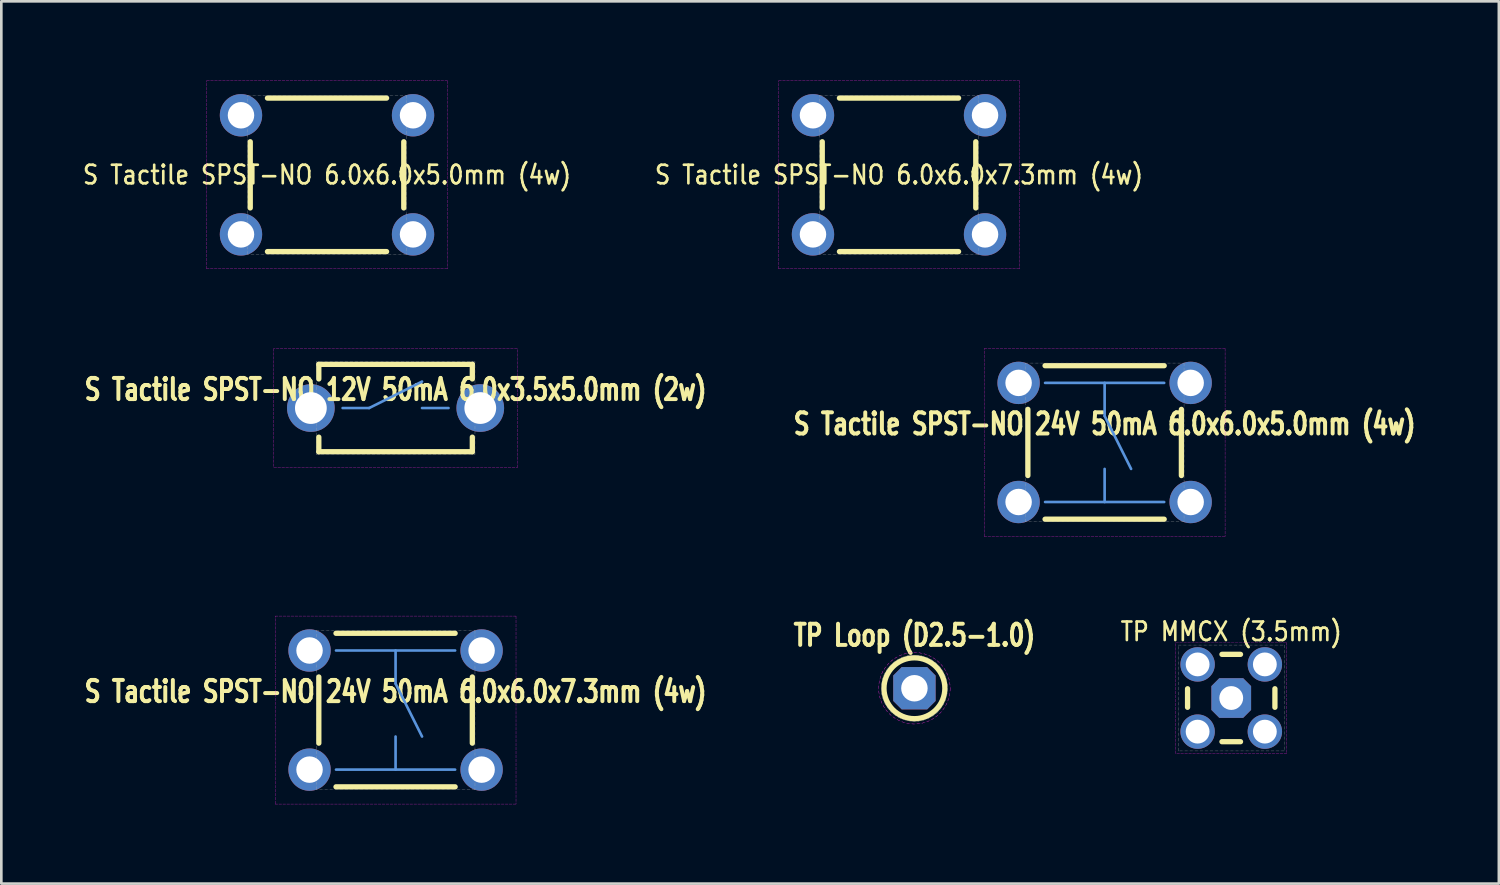
<source format=kicad_pcb>
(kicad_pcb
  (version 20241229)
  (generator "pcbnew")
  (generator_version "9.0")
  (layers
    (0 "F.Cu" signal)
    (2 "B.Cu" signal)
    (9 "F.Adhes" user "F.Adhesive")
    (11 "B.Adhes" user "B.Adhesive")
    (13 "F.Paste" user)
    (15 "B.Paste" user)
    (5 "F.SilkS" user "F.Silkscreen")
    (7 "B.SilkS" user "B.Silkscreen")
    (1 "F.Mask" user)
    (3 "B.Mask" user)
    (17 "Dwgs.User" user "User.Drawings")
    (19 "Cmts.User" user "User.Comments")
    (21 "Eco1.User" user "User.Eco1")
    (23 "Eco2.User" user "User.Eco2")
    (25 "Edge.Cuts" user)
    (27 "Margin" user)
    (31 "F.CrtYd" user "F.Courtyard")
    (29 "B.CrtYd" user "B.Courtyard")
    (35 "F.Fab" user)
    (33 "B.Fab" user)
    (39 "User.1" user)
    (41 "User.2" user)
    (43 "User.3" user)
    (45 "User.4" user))
  (footprint "TP MMCX (3.5mm)"
    (layer "F.Cu")
    (at 43.464 23.32)
    (property "Reference" "TP MMCX (3.5mm)" (at 0 -2.1 0) (unlocked yes) (layer "F.SilkS") (effects (font (size 0.7 0.6) (thickness 0.1)) (justify bottom)))
    (attr through_hole)
    (fp_line (start -1.65 -0.35) (end -1.65 0.35) (stroke (width 0.2) (type default)) (layer "F.SilkS"))
    (fp_line (start 0.35 -1.65) (end -0.35 -1.65) (stroke (width 0.2) (type default)) (layer "F.SilkS"))
    (fp_line (start 0.35 1.65) (end -0.35 1.65) (stroke (width 0.2) (type default)) (layer "F.SilkS"))
    (fp_line (start 1.65 -0.35) (end 1.65 0.35) (stroke (width 0.2) (type default)) (layer "F.SilkS"))
    (fp_rect (start -2.1 -2.1) (end 2.1 2.1) (stroke (width 0.01) (type dash)) (fill no) (layer "F.CrtYd"))
    (fp_rect (start -2 -2) (end 2 2) (stroke (width 0.01) (type dash_dot)) (fill no) (layer "F.Fab"))
    (pad "1" thru_hole roundrect (at 0 0) (size 1.5 1.5) (drill 0.9) (property pad_prop_testpoint) (layers "*.Cu" "*.Mask") (roundrect_rratio 0.25) (chamfer_ratio 0.2) (chamfer top_left top_right bottom_left bottom_right))
    (pad "2" thru_hole circle (at -1.27 -1.27) (size 1.3 1.3) (drill 0.9) (property pad_prop_testpoint) (layers "*.Cu" "*.Mask"))
    (pad "2" thru_hole circle (at -1.27 1.27) (size 1.3 1.3) (drill 0.9) (property pad_prop_testpoint) (layers "*.Cu" "*.Mask"))
    (pad "2" thru_hole circle (at 1.27 -1.27) (size 1.3 1.3) (drill 0.9) (property pad_prop_testpoint) (layers "*.Cu" "*.Mask"))
    (pad "2" thru_hole circle (at 1.27 1.27) (size 1.3 1.3) (drill 0.9) (property pad_prop_testpoint) (layers "*.Cu" "*.Mask")))
  (footprint "S Tactile SPST-NO 24V 50mA 6.0x6.0x7.3mm (4w)"
    (layer "F.Cu")
    (at 11.894 23.775)
    (property "Reference" "S Tactile SPST-NO 24V 50mA 6.0x6.0x7.3mm (4w)" (at 0 -0.7 0) (layer "F.SilkS") (effects (font (size 0.8 0.6) (thickness 0.15))))
    (attr through_hole)
    (private_layers "User.7")
    (fp_line (start -2.9 -1.25) (end -2.9 1.25) (stroke (width 0.2) (type default)) (layer "F.SilkS"))
    (fp_line (start 2.25 -2.9) (end -2.25 -2.9) (stroke (width 0.2) (type default)) (layer "F.SilkS"))
    (fp_line (start 2.25 2.9) (end -2.25 2.9) (stroke (width 0.2) (type default)) (layer "F.SilkS"))
    (fp_line (start 2.9 -1.25) (end 2.9 1.25) (stroke (width 0.2) (type default)) (layer "F.SilkS"))
    (fp_line (start 0 -1) (end 0 -2.25) (stroke (width 0.1) (type default)) (layer "Cmts.User"))
    (fp_line (start 0 -1) (end 1 1) (stroke (width 0.1) (type default)) (layer "Cmts.User"))
    (fp_line (start 0 1) (end 0 2.25) (stroke (width 0.1) (type default)) (layer "Cmts.User"))
    (fp_line (start 2.25 -2.25) (end -2.25 -2.25) (stroke (width 0.1) (type default)) (layer "Cmts.User"))
    (fp_line (start 2.25 2.25) (end -2.25 2.25) (stroke (width 0.1) (type default)) (layer "Cmts.User"))
    (fp_rect (start -4.55 -3.55) (end 4.55 3.55) (stroke (width 0.01) (type dash)) (fill no) (layer "F.CrtYd"))
    (fp_rect (start -3 -3) (end 3 3) (stroke (width 0.01) (type dash_dot)) (fill no) (layer "F.Fab"))
    (pad "1" thru_hole circle (at -3.25 -2.25) (size 1.6 1.6) (drill 1) (layers "*.Cu" "*.Mask"))
    (pad "1" thru_hole circle (at 3.25 -2.25) (size 1.6 1.6) (drill 1) (layers "*.Cu" "*.Mask"))
    (pad "2" thru_hole circle (at -3.25 2.25) (size 1.6 1.6) (drill 1) (layers "*.Cu" "*.Mask"))
    (pad "2" thru_hole circle (at 3.25 2.25) (size 1.6 1.6) (drill 1) (layers "*.Cu" "*.Mask")))
  (footprint "S Tactile SPST-NO 12V 50mA 6.0x3.5x5.0mm (2w)"
    (layer "F.Cu")
    (at 11.894 12.365)
    (property "Reference" "S Tactile SPST-NO 12V 50mA 6.0x3.5x5.0mm (2w)" (at 0 -0.7 0) (layer "F.SilkS") (effects (font (size 0.8 0.6) (thickness 0.15))))
    (attr through_hole)
    (fp_line (start -2.9 -1.65) (end -2.9 -1.1) (stroke (width 0.2) (type default)) (layer "F.SilkS"))
    (fp_line (start -2.9 -1.65) (end 2.9 -1.65) (stroke (width 0.2) (type default)) (layer "F.SilkS"))
    (fp_line (start -2.9 1.65) (end -2.9 1.1) (stroke (width 0.2) (type default)) (layer "F.SilkS"))
    (fp_line (start -2.9 1.65) (end 2.9 1.65) (stroke (width 0.2) (type default)) (layer "F.SilkS"))
    (fp_line (start 2.9 -1.65) (end 2.9 -1.1) (stroke (width 0.2) (type default)) (layer "F.SilkS"))
    (fp_line (start 2.9 1.65) (end 2.9 1.1) (stroke (width 0.2) (type default)) (layer "F.SilkS"))
    (fp_line (start -1 0) (end -2 0) (stroke (width 0.1) (type default)) (layer "Cmts.User"))
    (fp_line (start -1 0) (end 1 -1) (stroke (width 0.1) (type default)) (layer "Cmts.User"))
    (fp_line (start 1 0) (end 2 0) (stroke (width 0.1) (type default)) (layer "Cmts.User"))
    (fp_rect (start -4.6 2.25) (end 4.6 -2.25) (stroke (width 0.01) (type dash)) (fill no) (layer "F.CrtYd"))
    (fp_rect (start -3 1.75) (end 3 -1.75) (stroke (width 0.01) (type dash_dot)) (fill no) (layer "F.Fab"))
    (pad "1" thru_hole circle (at -3.2 0 90) (size 1.8 1.8) (drill 1.2) (layers "*.Cu" "*.Mask"))
    (pad "2" thru_hole circle (at 3.2 0 90) (size 1.8 1.8) (drill 1.2) (layers "*.Cu" "*.Mask")))
  (footprint "TP Loop (D2.5-1.0)"
    (layer "F.Cu")
    (at 31.495 22.951)
    (property "Reference" "TP Loop (D2.5-1.0)" (at 0 -2 0) (unlocked yes) (layer "F.SilkS") (effects (font (size 0.8 0.6) (thickness 0.15))))
    (attr through_hole)
    (fp_circle (center 0 0) (end 1.15 0) (stroke (width 0.2) (type solid)) (fill no) (layer "F.SilkS"))
    (fp_circle (center 0 0) (end 1.35 0) (stroke (width 0.01) (type dash_dot)) (fill no) (layer "F.CrtYd"))
    (fp_circle (center 0 0) (end 1.25 0) (stroke (width 0.01) (type dash_dot)) (fill no) (layer "F.Fab"))
    (pad "1" thru_hole roundrect (at 0 0) (size 1.6 1.6) (drill 1) (property pad_prop_testpoint) (layers "*.Cu" "*.Mask") (roundrect_rratio 0.25) (chamfer_ratio 0.2) (chamfer top_left top_right bottom_left bottom_right)))
  (footprint "S Tactile SPST-NO 6.0x6.0x7.3mm (4w)"
    (layer "F.Cu")
    (at 30.913 3.555)
    (property "Reference" "S Tactile SPST-NO 6.0x6.0x7.3mm (4w)" (at 0 0 0) (unlocked yes) (layer "F.SilkS") (effects (font (size 0.7 0.6) (thickness 0.1))))
    (attr through_hole)
    (private_layers "User.7")
    (fp_line (start -2.9 -1.25) (end -2.9 1.25) (stroke (width 0.2) (type default)) (layer "F.SilkS"))
    (fp_line (start 2.25 -2.9) (end -2.25 -2.9) (stroke (width 0.2) (type default)) (layer "F.SilkS"))
    (fp_line (start 2.25 2.9) (end -2.25 2.9) (stroke (width 0.2) (type default)) (layer "F.SilkS"))
    (fp_line (start 2.9 -1.25) (end 2.9 1.25) (stroke (width 0.2) (type default)) (layer "F.SilkS"))
    (fp_rect (start -4.55 -3.55) (end 4.55 3.55) (stroke (width 0.01) (type dash)) (fill no) (layer "F.CrtYd"))
    (fp_rect (start -3 -3) (end 3 3) (stroke (width 0.01) (type dash_dot)) (fill no) (layer "F.Fab"))
    (fp_line (start 0 -1) (end 0 -2.25) (stroke (width 0.1) (type default)) (layer "User.7"))
    (fp_line (start 0 -1) (end 1 1) (stroke (width 0.1) (type default)) (layer "User.7"))
    (fp_line (start 0 1) (end 0 2.25) (stroke (width 0.1) (type default)) (layer "User.7"))
    (fp_line (start 2.25 -2.25) (end -2.25 -2.25) (stroke (width 0.1) (type default)) (layer "User.7"))
    (fp_line (start 2.25 2.25) (end -2.25 2.25) (stroke (width 0.1) (type default)) (layer "User.7"))
    (pad "1" thru_hole circle (at -3.25 -2.25) (size 1.6 1.6) (drill 1) (layers "*.Cu" "*.Mask"))
    (pad "1" thru_hole circle (at 3.25 -2.25) (size 1.6 1.6) (drill 1) (layers "*.Cu" "*.Mask"))
    (pad "2" thru_hole circle (at -3.25 2.25) (size 1.6 1.6) (drill 1) (layers "*.Cu" "*.Mask"))
    (pad "2" thru_hole circle (at 3.25 2.25) (size 1.6 1.6) (drill 1) (layers "*.Cu" "*.Mask")))
  (footprint "S Tactile SPST-NO 24V 50mA 6.0x6.0x5.0mm (4w)"
    (layer "F.Cu")
    (at 38.681 13.665)
    (property "Reference" "S Tactile SPST-NO 24V 50mA 6.0x6.0x5.0mm (4w)" (at 0 -0.7 0) (layer "F.SilkS") (effects (font (size 0.8 0.6) (thickness 0.15))))
    (attr through_hole)
    (fp_line (start -2.9 -1.25) (end -2.9 1.25) (stroke (width 0.2) (type default)) (layer "F.SilkS"))
    (fp_line (start 2.25 -2.9) (end -2.25 -2.9) (stroke (width 0.2) (type default)) (layer "F.SilkS"))
    (fp_line (start 2.25 2.9) (end -2.25 2.9) (stroke (width 0.2) (type default)) (layer "F.SilkS"))
    (fp_line (start 2.9 -1.25) (end 2.9 1.25) (stroke (width 0.2) (type default)) (layer "F.SilkS"))
    (fp_line (start 0 -1) (end 0 -2.25) (stroke (width 0.1) (type default)) (layer "Cmts.User"))
    (fp_line (start 0 -1) (end 1 1) (stroke (width 0.1) (type default)) (layer "Cmts.User"))
    (fp_line (start 0 1) (end 0 2.25) (stroke (width 0.1) (type default)) (layer "Cmts.User"))
    (fp_line (start 2.25 -2.25) (end -2.25 -2.25) (stroke (width 0.1) (type default)) (layer "Cmts.User"))
    (fp_line (start 2.25 2.25) (end -2.25 2.25) (stroke (width 0.1) (type default)) (layer "Cmts.User"))
    (fp_rect (start -4.55 -3.55) (end 4.55 3.55) (stroke (width 0.01) (type dash)) (fill no) (layer "F.CrtYd"))
    (fp_rect (start -3 -3) (end 3 3) (stroke (width 0.01) (type dash_dot)) (fill no) (layer "F.Fab"))
    (pad "1" thru_hole circle (at -3.25 -2.25) (size 1.6 1.6) (drill 1) (layers "*.Cu" "*.Mask"))
    (pad "1" thru_hole circle (at 3.25 -2.25) (size 1.6 1.6) (drill 1) (layers "*.Cu" "*.Mask"))
    (pad "2" thru_hole circle (at -3.25 2.25) (size 1.6 1.6) (drill 1) (layers "*.Cu" "*.Mask"))
    (pad "2" thru_hole circle (at 3.25 2.25) (size 1.6 1.6) (drill 1) (layers "*.Cu" "*.Mask")))
  (footprint "S Tactile SPST-NO 6.0x6.0x5.0mm (4w)"
    (layer "F.Cu")
    (at 9.304 3.555)
    (property "Reference" "S Tactile SPST-NO 6.0x6.0x5.0mm (4w)" (at 0 0 0) (unlocked yes) (layer "F.SilkS") (effects (font (size 0.7 0.6) (thickness 0.1))))
    (attr through_hole)
    (fp_line (start -2.9 -1.25) (end -2.9 1.25) (stroke (width 0.2) (type default)) (layer "F.SilkS"))
    (fp_line (start 2.25 -2.9) (end -2.25 -2.9) (stroke (width 0.2) (type default)) (layer "F.SilkS"))
    (fp_line (start 2.25 2.9) (end -2.25 2.9) (stroke (width 0.2) (type default)) (layer "F.SilkS"))
    (fp_line (start 2.9 -1.25) (end 2.9 1.25) (stroke (width 0.2) (type default)) (layer "F.SilkS"))
    (fp_rect (start -4.55 -3.55) (end 4.55 3.55) (stroke (width 0.01) (type dash)) (fill no) (layer "F.CrtYd"))
    (fp_rect (start -3 -3) (end 3 3) (stroke (width 0.01) (type dash_dot)) (fill no) (layer "F.Fab"))
    (fp_line (start 0 -1) (end 0 -2.25) (stroke (width 0.1) (type default)) (layer "User.7"))
    (fp_line (start 0 -1) (end 1 1) (stroke (width 0.1) (type default)) (layer "User.7"))
    (fp_line (start 0 1) (end 0 2.25) (stroke (width 0.1) (type default)) (layer "User.7"))
    (fp_line (start 2.25 -2.25) (end -2.25 -2.25) (stroke (width 0.1) (type default)) (layer "User.7"))
    (fp_line (start 2.25 2.25) (end -2.25 2.25) (stroke (width 0.1) (type default)) (layer "User.7"))
    (pad "1" thru_hole circle (at -3.25 -2.25) (size 1.6 1.6) (drill 1) (layers "*.Cu" "*.Mask"))
    (pad "2" thru_hole circle (at 3.25 -2.25) (size 1.6 1.6) (drill 1) (layers "*.Cu" "*.Mask"))
    (pad "3" thru_hole circle (at -3.25 2.25) (size 1.6 1.6) (drill 1) (layers "*.Cu" "*.Mask"))
    (pad "4" thru_hole circle (at 3.25 2.25) (size 1.6 1.6) (drill 1) (layers "*.Cu" "*.Mask")))
  (gr_rect
    (start -3 -3)
    (end 53.574 30.33)
    (stroke (width 0.1) (type default))
    (fill no)
    (layer "Edge.Cuts")))
</source>
